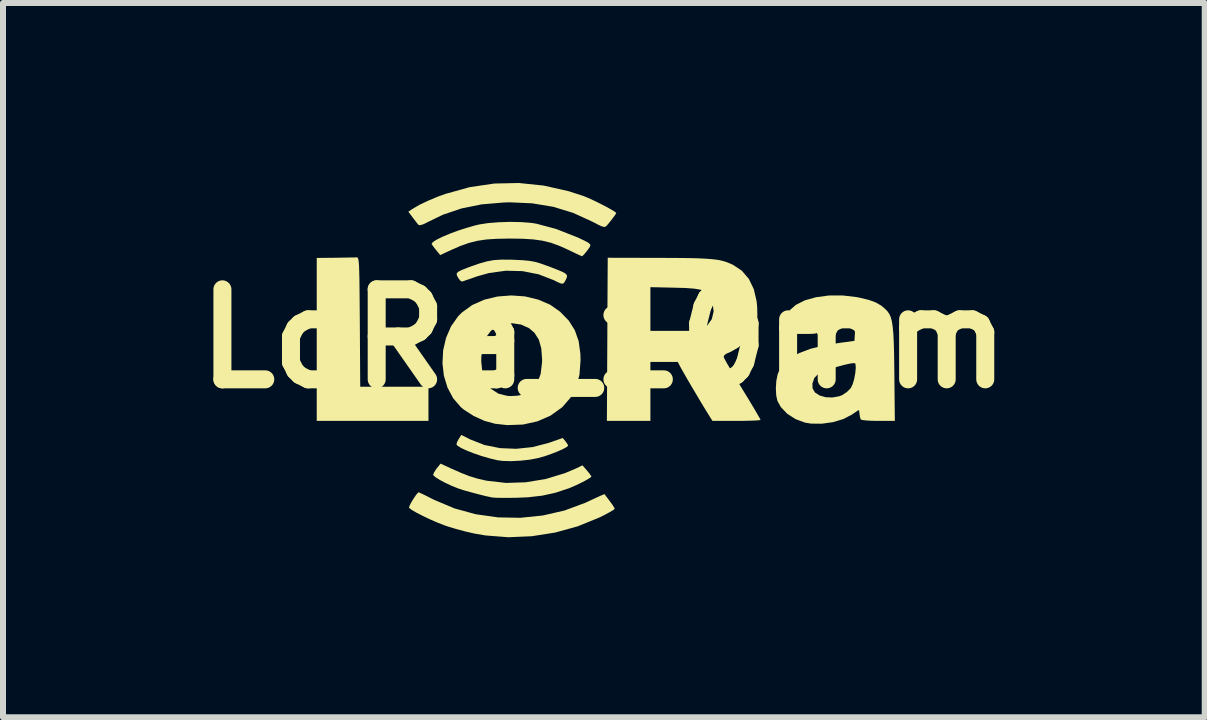
<source format=kicad_pcb>
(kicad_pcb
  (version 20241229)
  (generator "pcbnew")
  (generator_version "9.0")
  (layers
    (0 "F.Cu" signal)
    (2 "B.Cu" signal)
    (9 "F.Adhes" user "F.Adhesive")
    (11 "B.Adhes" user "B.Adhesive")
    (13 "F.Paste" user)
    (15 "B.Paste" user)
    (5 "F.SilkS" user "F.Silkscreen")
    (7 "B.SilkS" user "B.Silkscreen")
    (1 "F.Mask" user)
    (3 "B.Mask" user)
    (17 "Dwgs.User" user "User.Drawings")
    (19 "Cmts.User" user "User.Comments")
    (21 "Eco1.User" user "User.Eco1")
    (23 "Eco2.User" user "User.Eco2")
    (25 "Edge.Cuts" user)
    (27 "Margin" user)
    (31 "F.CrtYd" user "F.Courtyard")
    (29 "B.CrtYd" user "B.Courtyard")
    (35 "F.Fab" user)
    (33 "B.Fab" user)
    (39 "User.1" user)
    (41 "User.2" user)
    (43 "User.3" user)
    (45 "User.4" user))
  (footprint "LoRa_10mm"
    (layer "F.Cu")
    (at 7.014 2.594)
    (property "Reference" "LoRa_10mm" (at 0 0 0) (layer "F.SilkS") (effects (font (size 1.5 1.5) (thickness 0.3))))
    (attr board_only exclude_from_pos_files exclude_from_bom)
    (fp_poly (pts (xy -4.108 -1.353) (xy -4.099 -1.342) (xy -4.091 -1.319) (xy -4.085 -1.277) (xy -4.08 -1.214) (xy -4.077 -1.123) (xy -4.074 -1.002) (xy -4.072 -0.844) (xy -4.07 -0.645) (xy -4.068 -0.402) (xy -4.067 -0.278) (xy -4.06 0.802) (xy -3.492 0.802) (xy -2.923 0.802) (xy -2.923 1.086) (xy -2.923 1.371) (xy -3.854 1.371) (xy -4.785 1.371) (xy -4.785 0.013) (xy -4.785 -1.345) (xy -4.475 -1.348) (xy -4.349 -1.35) (xy -4.24 -1.352) (xy -4.159 -1.353) (xy -4.119 -1.355)) (stroke (width 0) (type solid)) (fill yes) (layer "F.SilkS"))
    (fp_poly (pts (xy -2.222 1.682) (xy -1.988 1.773) (xy -1.73 1.825) (xy -1.459 1.836) (xy -1.185 1.807) (xy -0.918 1.737) (xy -0.685 1.656) (xy -0.64 1.71) (xy -0.607 1.756) (xy -0.595 1.783) (xy -0.618 1.806) (xy -0.68 1.84) (xy -0.77 1.88) (xy -0.877 1.922) (xy -0.99 1.961) (xy -1.098 1.991) (xy -1.233 2.017) (xy -1.389 2.034) (xy -1.546 2.042) (xy -1.686 2.038) (xy -1.772 2.027) (xy -1.905 1.995) (xy -2.042 1.955) (xy -2.173 1.91) (xy -2.289 1.864) (xy -2.381 1.821) (xy -2.44 1.784) (xy -2.457 1.76) (xy -2.444 1.719) (xy -2.416 1.668) (xy -2.375 1.605)) (stroke (width 0) (type solid)) (fill yes) (layer "F.SilkS"))
    (fp_poly (pts (xy -1.552 -1.316) (xy -1.495 -1.314) (xy -1.352 -1.307) (xy -1.244 -1.297) (xy -1.153 -1.281) (xy -1.061 -1.255) (xy -0.951 -1.216) (xy -0.918 -1.204) (xy -0.786 -1.153) (xy -0.696 -1.116) (xy -0.641 -1.086) (xy -0.616 -1.059) (xy -0.614 -1.03) (xy -0.628 -0.994) (xy -0.635 -0.98) (xy -0.659 -0.936) (xy -0.682 -0.916) (xy -0.716 -0.919) (xy -0.776 -0.945) (xy -0.838 -0.976) (xy -1.087 -1.072) (xy -1.355 -1.125) (xy -1.633 -1.132) (xy -1.912 -1.094) (xy -2.108 -1.039) (xy -2.211 -1.003) (xy -2.296 -0.974) (xy -2.351 -0.955) (xy -2.364 -0.951) (xy -2.392 -0.966) (xy -2.427 -1.012) (xy -2.429 -1.016) (xy -2.45 -1.056) (xy -2.452 -1.087) (xy -2.429 -1.113) (xy -2.375 -1.141) (xy -2.282 -1.178) (xy -2.224 -1.2) (xy -2.073 -1.253) (xy -1.948 -1.288) (xy -1.832 -1.309) (xy -1.706 -1.317)) (stroke (width 0) (type solid)) (fill yes) (layer "F.SilkS"))
    (fp_poly (pts (xy -1.002 -2.551) (xy -0.586 -2.457) (xy -0.336 -2.376) (xy -0.26 -2.345) (xy -0.165 -2.301) (xy -0.063 -2.251) (xy 0.036 -2.2) (xy 0.121 -2.153) (xy 0.182 -2.116) (xy 0.207 -2.095) (xy 0.207 -2.094) (xy 0.191 -2.065) (xy 0.149 -2.008) (xy 0.089 -1.931) (xy 0.052 -1.887) (xy 0.03 -1.867) (xy 0.005 -1.861) (xy -0.036 -1.872) (xy -0.103 -1.903) (xy -0.194 -1.951) (xy -0.512 -2.096) (xy -0.843 -2.197) (xy -1.192 -2.255) (xy -1.566 -2.272) (xy -1.668 -2.269) (xy -2.036 -2.238) (xy -2.372 -2.17) (xy -2.683 -2.065) (xy -2.91 -1.955) (xy -3.004 -1.908) (xy -3.063 -1.89) (xy -3.092 -1.898) (xy -3.122 -1.936) (xy -3.168 -1.996) (xy -3.187 -2.021) (xy -3.258 -2.116) (xy -3.187 -2.163) (xy -3.075 -2.229) (xy -2.928 -2.299) (xy -2.761 -2.369) (xy -2.638 -2.413) (xy -2.235 -2.525) (xy -1.827 -2.585) (xy -1.416 -2.594)) (stroke (width 0) (type solid)) (fill yes) (layer "F.SilkS"))
    (fp_poly (pts (xy -2.544 2.165) (xy -2.378 2.238) (xy -2.24 2.292) (xy -2.112 2.331) (xy -1.976 2.363) (xy -1.944 2.369) (xy -1.628 2.405) (xy -1.3 2.394) (xy -0.97 2.34) (xy -0.649 2.242) (xy -0.476 2.169) (xy -0.356 2.112) (xy -0.281 2.198) (xy -0.236 2.253) (xy -0.21 2.292) (xy -0.207 2.299) (xy -0.229 2.319) (xy -0.286 2.354) (xy -0.366 2.396) (xy -0.456 2.44) (xy -0.545 2.479) (xy -0.582 2.494) (xy -0.806 2.568) (xy -1.027 2.617) (xy -1.264 2.644) (xy -1.448 2.652) (xy -1.583 2.654) (xy -1.704 2.654) (xy -1.799 2.652) (xy -1.857 2.648) (xy -1.862 2.647) (xy -1.966 2.625) (xy -2.093 2.593) (xy -2.224 2.558) (xy -2.342 2.525) (xy -2.426 2.497) (xy -2.535 2.454) (xy -2.641 2.404) (xy -2.735 2.354) (xy -2.805 2.31) (xy -2.842 2.277) (xy -2.845 2.269) (xy -2.83 2.23) (xy -2.793 2.172) (xy -2.783 2.16) (xy -2.721 2.083)) (stroke (width 0) (type solid)) (fill yes) (layer "F.SilkS"))
    (fp_poly (pts (xy -1.371 -1.942) (xy -1.207 -1.929) (xy -1.125 -1.916) (xy -0.791 -1.826) (xy -0.442 -1.689) (xy -0.419 -1.679) (xy -0.317 -1.63) (xy -0.256 -1.597) (xy -0.228 -1.571) (xy -0.225 -1.548) (xy -0.231 -1.534) (xy -0.264 -1.484) (xy -0.307 -1.43) (xy -0.345 -1.388) (xy -0.366 -1.373) (xy -0.392 -1.385) (xy -0.453 -1.413) (xy -0.539 -1.454) (xy -0.582 -1.475) (xy -0.737 -1.545) (xy -0.879 -1.597) (xy -1.021 -1.632) (xy -1.176 -1.654) (xy -1.357 -1.665) (xy -1.565 -1.668) (xy -1.78 -1.664) (xy -1.957 -1.653) (xy -2.11 -1.63) (xy -2.252 -1.594) (xy -2.397 -1.542) (xy -2.534 -1.482) (xy -2.727 -1.393) (xy -2.798 -1.479) (xy -2.842 -1.535) (xy -2.868 -1.574) (xy -2.87 -1.581) (xy -2.848 -1.611) (xy -2.784 -1.651) (xy -2.689 -1.698) (xy -2.57 -1.748) (xy -2.436 -1.798) (xy -2.296 -1.844) (xy -2.16 -1.883) (xy -2.077 -1.903) (xy -1.928 -1.926) (xy -1.749 -1.94) (xy -1.557 -1.946)) (stroke (width 0) (type solid)) (fill yes) (layer "F.SilkS"))
    (fp_poly (pts (xy -3.061 2.572) (xy -2.999 2.601) (xy -2.911 2.645) (xy -2.825 2.688) (xy -2.488 2.83) (xy -2.133 2.927) (xy -1.765 2.979) (xy -1.392 2.986) (xy -1.02 2.948) (xy -0.657 2.865) (xy -0.309 2.736) (xy -0.236 2.702) (xy -0.135 2.655) (xy -0.054 2.618) (xy -0.002 2.596) (xy 0.012 2.592) (xy 0.028 2.615) (xy 0.067 2.666) (xy 0.098 2.707) (xy 0.145 2.771) (xy 0.175 2.82) (xy 0.181 2.836) (xy 0.158 2.856) (xy 0.099 2.891) (xy 0.012 2.938) (xy -0.072 2.98) (xy -0.432 3.127) (xy -0.811 3.232) (xy -1.2 3.293) (xy -1.591 3.31) (xy -1.974 3.28) (xy -2.161 3.248) (xy -2.307 3.214) (xy -2.462 3.173) (xy -2.603 3.13) (xy -2.666 3.108) (xy -2.783 3.062) (xy -2.906 3.008) (xy -3.024 2.951) (xy -3.127 2.898) (xy -3.204 2.853) (xy -3.245 2.821) (xy -3.247 2.818) (xy -3.24 2.789) (xy -3.212 2.733) (xy -3.172 2.668) (xy -3.131 2.607) (xy -3.098 2.568) (xy -3.086 2.561)) (stroke (width 0) (type solid)) (fill yes) (layer "F.SilkS"))
    (fp_poly (pts (xy -1.314 -0.704) (xy -1.094 -0.651) (xy -0.892 -0.564) (xy -0.729 -0.449) (xy -0.585 -0.301) (xy -0.484 -0.141) (xy -0.42 0.04) (xy -0.391 0.251) (xy -0.388 0.361) (xy -0.406 0.6) (xy -0.461 0.806) (xy -0.554 0.982) (xy -0.687 1.136) (xy -0.7 1.148) (xy -0.89 1.284) (xy -1.108 1.379) (xy -1.349 1.432) (xy -1.61 1.441) (xy -1.811 1.419) (xy -1.988 1.371) (xy -2.169 1.289) (xy -2.331 1.185) (xy -2.38 1.145) (xy -2.511 0.994) (xy -2.606 0.815) (xy -2.666 0.617) (xy -2.69 0.407) (xy -2.688 0.382) (xy -2.043 0.382) (xy -2.024 0.568) (xy -1.969 0.721) (xy -1.88 0.837) (xy -1.759 0.916) (xy -1.608 0.954) (xy -1.545 0.957) (xy -1.445 0.951) (xy -1.353 0.935) (xy -1.312 0.922) (xy -1.193 0.846) (xy -1.107 0.735) (xy -1.053 0.587) (xy -1.03 0.398) (xy -1.029 0.344) (xy -1.043 0.161) (xy -1.084 0.016) (xy -1.156 -0.097) (xy -1.247 -0.175) (xy -1.381 -0.235) (xy -1.532 -0.257) (xy -1.681 -0.24) (xy -1.764 -0.21) (xy -1.881 -0.131) (xy -1.965 -0.021) (xy -2.018 0.123) (xy -2.042 0.306) (xy -2.043 0.382) (xy -2.688 0.382) (xy -2.678 0.194) (xy -2.63 -0.012) (xy -2.547 -0.204) (xy -2.429 -0.372) (xy -2.365 -0.436) (xy -2.194 -0.56) (xy -1.993 -0.649) (xy -1.773 -0.702) (xy -1.544 -0.72)) (stroke (width 0) (type solid)) (fill yes) (layer "F.SilkS"))
    (fp_poly (pts (xy 0.931 -1.346) (xy 1.188 -1.345) (xy 1.399 -1.343) (xy 1.571 -1.339) (xy 1.709 -1.332) (xy 1.82 -1.323) (xy 1.911 -1.311) (xy 1.986 -1.294) (xy 2.053 -1.273) (xy 2.118 -1.246) (xy 2.151 -1.231) (xy 2.299 -1.133) (xy 2.417 -0.996) (xy 2.5 -0.823) (xy 2.547 -0.62) (xy 2.556 -0.523) (xy 2.559 -0.389) (xy 2.549 -0.287) (xy 2.526 -0.2) (xy 2.523 -0.193) (xy 2.457 -0.073) (xy 2.357 0.046) (xy 2.24 0.148) (xy 2.12 0.217) (xy 2.112 0.22) (xy 2.035 0.255) (xy 2.001 0.286) (xy 1.999 0.311) (xy 2.016 0.345) (xy 2.055 0.416) (xy 2.114 0.517) (xy 2.187 0.641) (xy 2.272 0.781) (xy 2.311 0.846) (xy 2.399 0.989) (xy 2.476 1.117) (xy 2.539 1.224) (xy 2.585 1.303) (xy 2.609 1.347) (xy 2.612 1.354) (xy 2.588 1.36) (xy 2.521 1.365) (xy 2.419 1.368) (xy 2.292 1.371) (xy 2.211 1.371) (xy 1.81 1.371) (xy 1.726 1.236) (xy 1.667 1.14) (xy 1.596 1.022) (xy 1.519 0.892) (xy 1.442 0.762) (xy 1.372 0.642) (xy 1.316 0.544) (xy 1.279 0.477) (xy 1.276 0.472) (xy 1.232 0.388) (xy 1.004 0.388) (xy 0.776 0.388) (xy 0.776 0.879) (xy 0.776 1.371) (xy 0.414 1.371) (xy 0.051 1.371) (xy 0.058 0.012) (xy 0.062 -0.858) (xy 0.776 -0.858) (xy 0.776 -0.494) (xy 0.776 -0.129) (xy 1.205 -0.129) (xy 1.635 -0.129) (xy 1.721 -0.215) (xy 1.8 -0.327) (xy 1.83 -0.454) (xy 1.812 -0.598) (xy 1.807 -0.617) (xy 1.779 -0.691) (xy 1.742 -0.747) (xy 1.689 -0.787) (xy 1.614 -0.815) (xy 1.508 -0.833) (xy 1.364 -0.844) (xy 1.183 -0.849) (xy 0.776 -0.858) (xy 0.062 -0.858) (xy 0.065 -1.348)) (stroke (width 0) (type solid)) (fill yes) (layer "F.SilkS"))
    (fp_poly (pts (xy 4.209 -0.693) (xy 4.261 -0.683) (xy 4.415 -0.646) (xy 4.531 -0.604) (xy 4.624 -0.55) (xy 4.687 -0.497) (xy 4.726 -0.457) (xy 4.757 -0.413) (xy 4.782 -0.358) (xy 4.801 -0.287) (xy 4.815 -0.194) (xy 4.826 -0.074) (xy 4.833 0.079) (xy 4.838 0.27) (xy 4.841 0.506) (xy 4.842 0.588) (xy 4.85 1.371) (xy 4.573 1.371) (xy 4.459 1.369) (xy 4.365 1.363) (xy 4.302 1.355) (xy 4.282 1.347) (xy 4.269 1.305) (xy 4.262 1.257) (xy 4.256 1.207) (xy 4.25 1.19) (xy 4.227 1.203) (xy 4.175 1.238) (xy 4.133 1.267) (xy 3.99 1.341) (xy 3.818 1.392) (xy 3.632 1.418) (xy 3.451 1.416) (xy 3.35 1.399) (xy 3.195 1.341) (xy 3.058 1.253) (xy 2.951 1.142) (xy 2.893 1.038) (xy 2.873 0.946) (xy 2.867 0.826) (xy 2.872 0.751) (xy 3.476 0.751) (xy 3.479 0.83) (xy 3.519 0.897) (xy 3.595 0.947) (xy 3.696 0.976) (xy 3.81 0.981) (xy 3.924 0.96) (xy 3.973 0.941) (xy 4.05 0.89) (xy 4.114 0.826) (xy 4.116 0.823) (xy 4.147 0.76) (xy 4.173 0.671) (xy 4.191 0.574) (xy 4.199 0.485) (xy 4.194 0.423) (xy 4.189 0.412) (xy 4.159 0.408) (xy 4.092 0.418) (xy 3.999 0.439) (xy 3.893 0.468) (xy 3.785 0.501) (xy 3.686 0.536) (xy 3.608 0.568) (xy 3.575 0.586) (xy 3.508 0.656) (xy 3.476 0.751) (xy 2.872 0.751) (xy 2.875 0.702) (xy 2.897 0.595) (xy 2.911 0.558) (xy 2.99 0.434) (xy 3.104 0.328) (xy 3.256 0.24) (xy 3.448 0.168) (xy 3.684 0.11) (xy 3.935 0.07) (xy 4.177 0.037) (xy 4.185 -0.095) (xy 4.186 -0.177) (xy 4.174 -0.228) (xy 4.141 -0.267) (xy 4.123 -0.282) (xy 4.032 -0.325) (xy 3.917 -0.34) (xy 3.8 -0.328) (xy 3.701 -0.288) (xy 3.678 -0.272) (xy 3.622 -0.212) (xy 3.587 -0.15) (xy 3.585 -0.142) (xy 3.576 -0.115) (xy 3.561 -0.097) (xy 3.531 -0.086) (xy 3.476 -0.08) (xy 3.387 -0.078) (xy 3.259 -0.078) (xy 2.949 -0.078) (xy 2.949 -0.15) (xy 2.97 -0.258) (xy 3.027 -0.374) (xy 3.109 -0.483) (xy 3.201 -0.563) (xy 3.352 -0.639) (xy 3.539 -0.691) (xy 3.751 -0.719) (xy 3.978 -0.72)) (stroke (width 0) (type solid)) (fill yes) (layer "F.SilkS")))
  (gr_rect
    (start -3 -3)
    (end 17.029 8.904)
    (stroke (width 0.1) (type default))
    (fill no)
    (layer "Edge.Cuts")))
</source>
